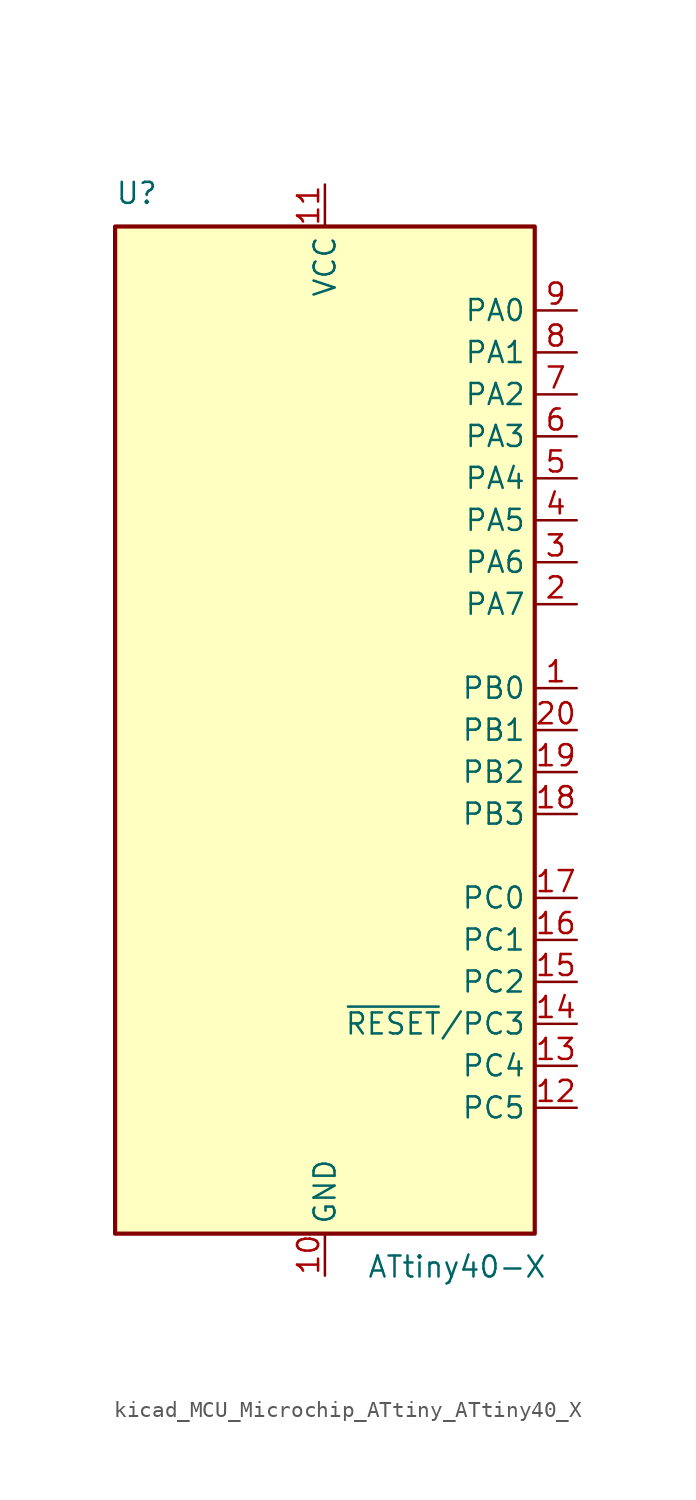
<source format=kicad_sym>
(kicad_symbol_lib
  (version 20220914)
  (generator kicad_symbol_editor)
  (symbol "kicad_MCU_Microchip_ATtiny_ATtiny40_X"
    (property "Reference" "U"
      (at -12.7 31.75 0)
      (effects (font (size 1.27 1.27)) (justify left bottom)))
    (property "Value" "ATtiny40-X"
      (at 2.54 -31.75 0)
      (effects (font (size 1.27 1.27)) (justify left top)))
    (symbol "kicad_MCU_Microchip_ATtiny_ATtiny40_X_0_1"
      (rectangle (start -12.7 -30.48) (end 12.7 30.48) (stroke (width 0.254) (type default)) (fill (type background))))
    (symbol "kicad_MCU_Microchip_ATtiny_ATtiny40_X_1_1"
      (pin bidirectional line (at 15.24 2.54 180) (length 2.54) (name "PB0" (effects (font (size 1.27 1.27)))) (number "1" (effects (font (size 1.27 1.27)))))
      (pin power_in line (at 0 -33.02 90) (length 2.54) (name "GND" (effects (font (size 1.27 1.27)))) (number "10" (effects (font (size 1.27 1.27)))))
      (pin power_in line (at 0 33.02 270) (length 2.54) (name "VCC" (effects (font (size 1.27 1.27)))) (number "11" (effects (font (size 1.27 1.27)))))
      (pin bidirectional line (at 15.24 -22.86 180) (length 2.54) (name "PC5" (effects (font (size 1.27 1.27)))) (number "12" (effects (font (size 1.27 1.27)))))
      (pin bidirectional line (at 15.24 -20.32 180) (length 2.54) (name "PC4" (effects (font (size 1.27 1.27)))) (number "13" (effects (font (size 1.27 1.27)))))
      (pin bidirectional line (at 15.24 -17.78 180) (length 2.54) (name "~{RESET}/PC3" (effects (font (size 1.27 1.27)))) (number "14" (effects (font (size 1.27 1.27)))))
      (pin bidirectional line (at 15.24 -15.24 180) (length 2.54) (name "PC2" (effects (font (size 1.27 1.27)))) (number "15" (effects (font (size 1.27 1.27)))))
      (pin bidirectional line (at 15.24 -12.7 180) (length 2.54) (name "PC1" (effects (font (size 1.27 1.27)))) (number "16" (effects (font (size 1.27 1.27)))))
      (pin bidirectional line (at 15.24 -10.16 180) (length 2.54) (name "PC0" (effects (font (size 1.27 1.27)))) (number "17" (effects (font (size 1.27 1.27)))))
      (pin bidirectional line (at 15.24 -5.08 180) (length 2.54) (name "PB3" (effects (font (size 1.27 1.27)))) (number "18" (effects (font (size 1.27 1.27)))))
      (pin bidirectional line (at 15.24 -2.54 180) (length 2.54) (name "PB2" (effects (font (size 1.27 1.27)))) (number "19" (effects (font (size 1.27 1.27)))))
      (pin bidirectional line (at 15.24 7.62 180) (length 2.54) (name "PA7" (effects (font (size 1.27 1.27)))) (number "2" (effects (font (size 1.27 1.27)))))
      (pin bidirectional line (at 15.24 0 180) (length 2.54) (name "PB1" (effects (font (size 1.27 1.27)))) (number "20" (effects (font (size 1.27 1.27)))))
      (pin bidirectional line (at 15.24 10.16 180) (length 2.54) (name "PA6" (effects (font (size 1.27 1.27)))) (number "3" (effects (font (size 1.27 1.27)))))
      (pin bidirectional line (at 15.24 12.7 180) (length 2.54) (name "PA5" (effects (font (size 1.27 1.27)))) (number "4" (effects (font (size 1.27 1.27)))))
      (pin bidirectional line (at 15.24 15.24 180) (length 2.54) (name "PA4" (effects (font (size 1.27 1.27)))) (number "5" (effects (font (size 1.27 1.27)))))
      (pin bidirectional line (at 15.24 17.78 180) (length 2.54) (name "PA3" (effects (font (size 1.27 1.27)))) (number "6" (effects (font (size 1.27 1.27)))))
      (pin bidirectional line (at 15.24 20.32 180) (length 2.54) (name "PA2" (effects (font (size 1.27 1.27)))) (number "7" (effects (font (size 1.27 1.27)))))
      (pin bidirectional line (at 15.24 22.86 180) (length 2.54) (name "PA1" (effects (font (size 1.27 1.27)))) (number "8" (effects (font (size 1.27 1.27)))))
      (pin bidirectional line (at 15.24 25.4 180) (length 2.54) (name "PA0" (effects (font (size 1.27 1.27)))) (number "9" (effects (font (size 1.27 1.27))))))))
</source>
